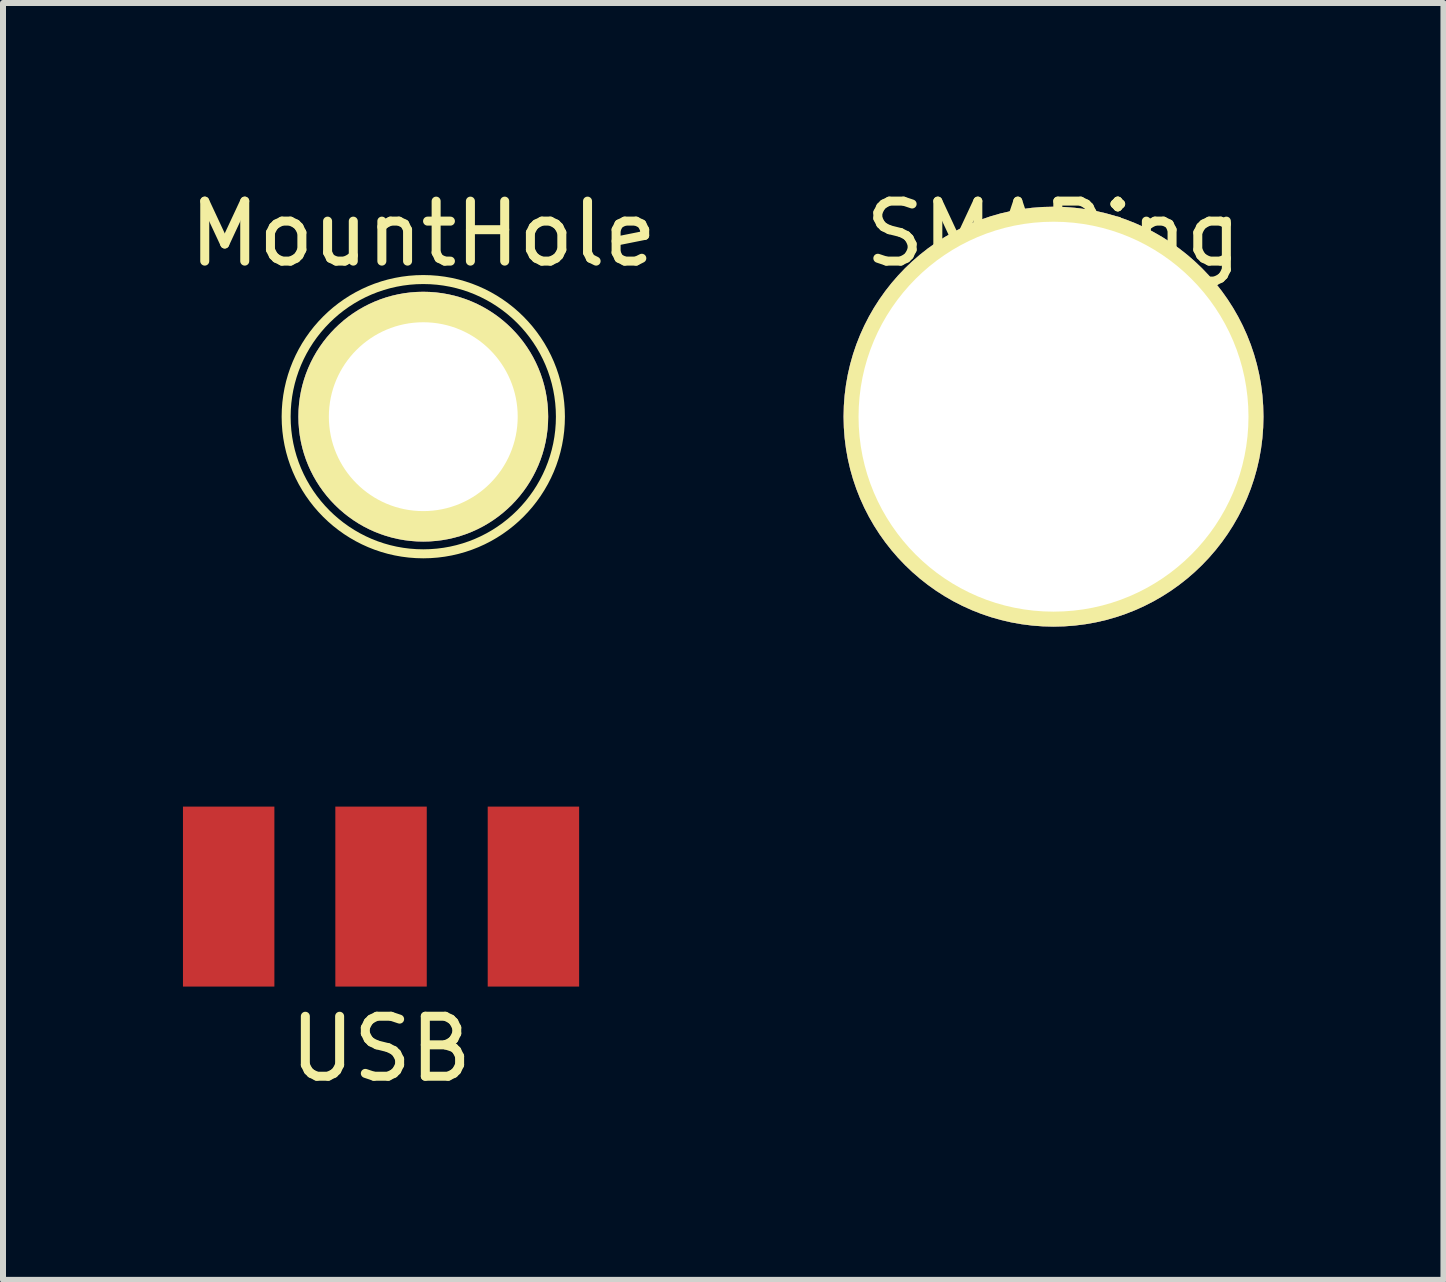
<source format=kicad_pcb>
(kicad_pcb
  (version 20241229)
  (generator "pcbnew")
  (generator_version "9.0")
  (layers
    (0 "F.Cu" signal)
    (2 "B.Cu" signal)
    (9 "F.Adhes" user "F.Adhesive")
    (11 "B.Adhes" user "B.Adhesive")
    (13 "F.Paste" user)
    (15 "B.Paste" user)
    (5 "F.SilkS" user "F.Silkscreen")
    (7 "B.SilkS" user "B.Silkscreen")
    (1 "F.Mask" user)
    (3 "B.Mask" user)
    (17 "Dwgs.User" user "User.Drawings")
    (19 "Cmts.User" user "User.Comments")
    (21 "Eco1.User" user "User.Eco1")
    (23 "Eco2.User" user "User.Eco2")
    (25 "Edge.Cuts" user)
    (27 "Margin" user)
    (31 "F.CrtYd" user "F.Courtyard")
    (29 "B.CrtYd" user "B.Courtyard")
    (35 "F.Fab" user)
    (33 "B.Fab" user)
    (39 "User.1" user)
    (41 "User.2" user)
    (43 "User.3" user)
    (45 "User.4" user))
  (footprint "USB"
    (layer "F.Cu")
    (at 3.302 11.896)
    (property "Reference" "USB" (at 0 2.54 0) (layer "F.SilkS") (effects (font (size 1 1) (thickness 0.15))))
    (attr through_hole)
    (pad "1" smd rect (at -2.54 0) (size 1.524 3) (layers "F.Cu" "F.Mask" "F.Paste"))
    (pad "2" smd rect (at 0 0) (size 1.524 3) (layers "F.Cu" "F.Mask" "F.Paste"))
    (pad "3" smd rect (at 2.54 0) (size 1.524 3) (layers "F.Cu" "F.Mask" "F.Paste")))
  (footprint "MountHole"
    (layer "F.Cu")
    (at 4.006 3.896)
    (property "Reference" "MountHole" (at 0 -3.048 0) (layer "F.SilkS") (effects (font (size 1 1) (thickness 0.15))))
    (attr through_hole)
    (fp_circle (center 0 0) (end 0 -2.286) (stroke (width 0.15) (type solid)) (fill no) (layer "F.SilkS"))
    (pad "1" thru_hole circle (at 0 0) (size 4.164 4.164) (drill 3.148) (layers "*.Cu" "*.Mask" "F.SilkS")))
  (footprint "SMARing"
    (layer "F.Cu")
    (at 14.512 3.896)
    (property "Reference" "SMARing" (at 0 -3.048 0) (layer "F.SilkS") (effects (font (size 1 1) (thickness 0.15))))
    (attr through_hole)
    (fp_circle (center 0 0) (end 0 -2.286) (stroke (width 0.15) (type solid)) (fill no) (layer "F.SilkS"))
    (pad "1" thru_hole circle (at 0 0) (size 7 7) (drill 6.5) (layers "*.Cu" "*.Mask" "F.SilkS")))
  (gr_rect
    (start -3 -3)
    (end 21.012 18.285)
    (stroke (width 0.1) (type default))
    (fill no)
    (layer "Edge.Cuts")))
</source>
